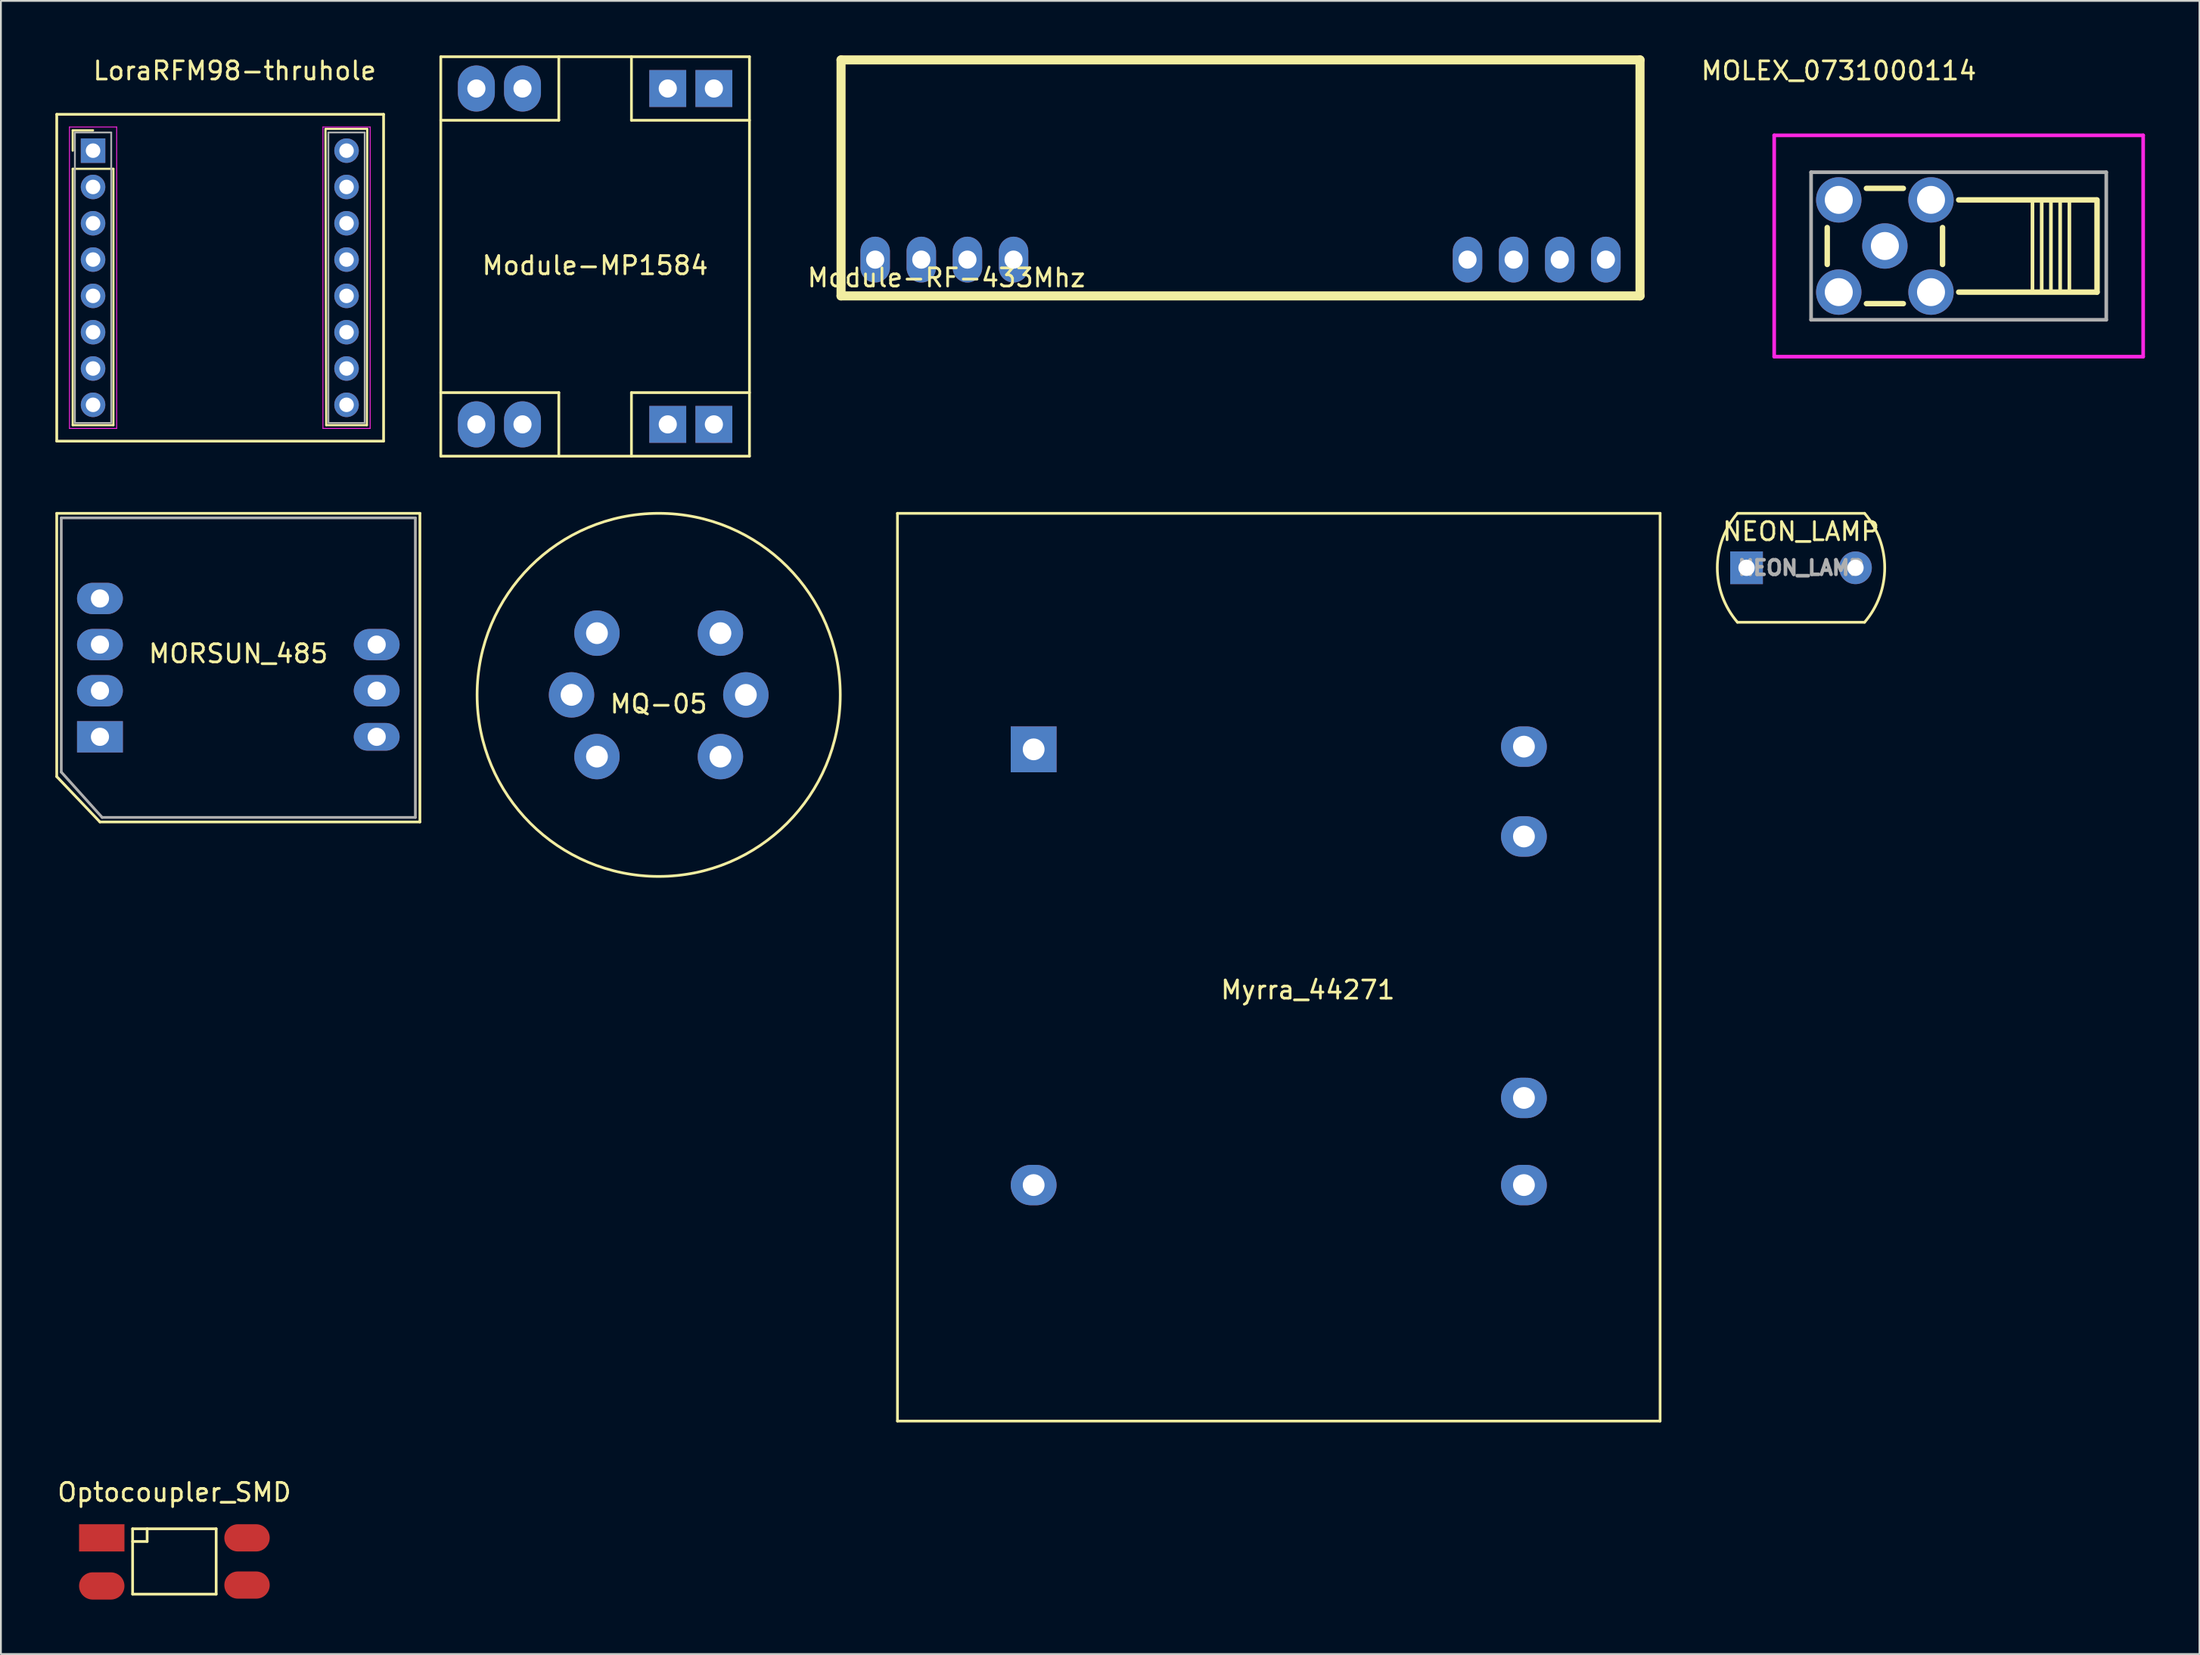
<source format=kicad_pcb>
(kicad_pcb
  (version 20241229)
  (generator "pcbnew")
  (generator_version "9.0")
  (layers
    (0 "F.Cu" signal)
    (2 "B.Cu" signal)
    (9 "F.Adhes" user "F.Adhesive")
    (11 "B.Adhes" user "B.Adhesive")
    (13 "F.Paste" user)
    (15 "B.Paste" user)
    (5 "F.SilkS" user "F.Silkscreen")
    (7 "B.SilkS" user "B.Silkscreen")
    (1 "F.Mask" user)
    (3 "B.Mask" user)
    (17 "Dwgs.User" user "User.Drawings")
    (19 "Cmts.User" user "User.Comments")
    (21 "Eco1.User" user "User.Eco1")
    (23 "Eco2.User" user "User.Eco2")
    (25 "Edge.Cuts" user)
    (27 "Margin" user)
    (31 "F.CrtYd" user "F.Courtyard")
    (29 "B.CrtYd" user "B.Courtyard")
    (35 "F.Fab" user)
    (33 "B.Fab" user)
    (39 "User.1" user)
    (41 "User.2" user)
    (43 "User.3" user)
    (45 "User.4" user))
  (footprint "Myrra_44271"
    (layer "F.Cu")
    (at 53.875 50.225)
    (property "Reference" "Myrra_44271" (at 15.1 1.25 0) (layer "F.SilkS") (effects (font (size 1 1) (thickness 0.15))))
    (attr through_hole)
    (fp_line (start -7.5 -25) (end -7.5 25) (stroke (width 0.15) (type solid)) (layer "F.SilkS"))
    (fp_line (start -7.5 -25) (end 34.5 -25) (stroke (width 0.15) (type solid)) (layer "F.SilkS"))
    (fp_line (start -7.5 25) (end 34.5 25) (stroke (width 0.15) (type solid)) (layer "F.SilkS"))
    (fp_line (start 34.5 -25) (end 34.5 25) (stroke (width 0.15) (type solid)) (layer "F.SilkS"))
    (pad "1" thru_hole rect (at 0 -12) (size 2.524 2.524) (drill 1.2) (layers "*.Cu" "*.Mask"))
    (pad "6" thru_hole oval (at 0 12) (size 2.524 2.224) (drill 1.2) (layers "*.Cu" "*.Mask"))
    (pad "7" thru_hole oval (at 27 12) (size 2.524 2.224) (drill 1.2) (layers "*.Cu" "*.Mask"))
    (pad "8" thru_hole oval (at 27 7.2) (size 2.524 2.224) (drill 1.2) (layers "*.Cu" "*.Mask"))
    (pad "11" thru_hole oval (at 27 -7.2) (size 2.524 2.224) (drill 1.2) (layers "*.Cu" "*.Mask"))
    (pad "12" thru_hole oval (at 27 -12.15) (size 2.524 2.224) (drill 1.2) (layers "*.Cu" "*.Mask")))
  (footprint "LoraRFM98-thruhole"
    (layer "F.Cu")
    (at 2.075 5.248)
    (property "Reference" "LoraRFM98-thruhole" (at 7.8 -4.4 0) (layer "F.SilkS") (effects (font (size 1 1) (thickness 0.15))))
    (attr through_hole)
    (fp_line (start -2 -2) (end 16 -2) (stroke (width 0.15) (type solid)) (layer "F.SilkS"))
    (fp_line (start -2 16) (end -2 -2) (stroke (width 0.15) (type solid)) (layer "F.SilkS"))
    (fp_line (start -1.12 -1.12) (end 0 -1.12) (stroke (width 0.12) (type solid)) (layer "F.SilkS"))
    (fp_line (start -1.12 0) (end -1.12 -1.12) (stroke (width 0.12) (type solid)) (layer "F.SilkS"))
    (fp_line (start -1.12 1) (end -1.12 15.12) (stroke (width 0.12) (type solid)) (layer "F.SilkS"))
    (fp_line (start -1.12 15.12) (end 1.12 15.12) (stroke (width 0.12) (type solid)) (layer "F.SilkS"))
    (fp_line (start 1.12 1) (end -1.12 1) (stroke (width 0.12) (type solid)) (layer "F.SilkS"))
    (fp_line (start 1.12 15.12) (end 1.12 1) (stroke (width 0.12) (type solid)) (layer "F.SilkS"))
    (fp_line (start 12.8 -1.2) (end 12.84 15.12) (stroke (width 0.12) (type solid)) (layer "F.SilkS"))
    (fp_line (start 12.84 15.12) (end 15.08 15.12) (stroke (width 0.12) (type solid)) (layer "F.SilkS"))
    (fp_line (start 15.08 -1.2) (end 12.84 -1.2) (stroke (width 0.12) (type solid)) (layer "F.SilkS"))
    (fp_line (start 15.08 15.12) (end 15.1 -1.2) (stroke (width 0.12) (type solid)) (layer "F.SilkS"))
    (fp_line (start 16 -2) (end 16 16) (stroke (width 0.15) (type solid)) (layer "F.SilkS"))
    (fp_line (start 16 16) (end -2 16) (stroke (width 0.15) (type solid)) (layer "F.SilkS"))
    (fp_line (start -1.3 -1.3) (end -1.3 15.3) (stroke (width 0.05) (type solid)) (layer "F.CrtYd"))
    (fp_line (start -1.3 15.3) (end 1.3 15.3) (stroke (width 0.05) (type solid)) (layer "F.CrtYd"))
    (fp_line (start 1.3 -1.3) (end -1.3 -1.3) (stroke (width 0.05) (type solid)) (layer "F.CrtYd"))
    (fp_line (start 1.3 15.3) (end 1.3 -1.3) (stroke (width 0.05) (type solid)) (layer "F.CrtYd"))
    (fp_line (start 12.66 -1.3) (end 12.66 15.3) (stroke (width 0.05) (type solid)) (layer "F.CrtYd"))
    (fp_line (start 12.66 15.3) (end 15.26 15.3) (stroke (width 0.05) (type solid)) (layer "F.CrtYd"))
    (fp_line (start 15.26 -1.3) (end 12.66 -1.3) (stroke (width 0.05) (type solid)) (layer "F.CrtYd"))
    (fp_line (start 15.26 15.3) (end 15.26 -1.3) (stroke (width 0.05) (type solid)) (layer "F.CrtYd"))
    (fp_line (start -1 -1) (end -1 15) (stroke (width 0.1) (type solid)) (layer "F.Fab"))
    (fp_line (start -1 15) (end 1 15) (stroke (width 0.1) (type solid)) (layer "F.Fab"))
    (fp_line (start 1 -1) (end -1 -1) (stroke (width 0.1) (type solid)) (layer "F.Fab"))
    (fp_line (start 1 15) (end 1 -1) (stroke (width 0.1) (type solid)) (layer "F.Fab"))
    (fp_line (start 12.96 -1) (end 12.96 15) (stroke (width 0.1) (type solid)) (layer "F.Fab"))
    (fp_line (start 12.96 15) (end 14.96 15) (stroke (width 0.1) (type solid)) (layer "F.Fab"))
    (fp_line (start 14.96 -1) (end 12.96 -1) (stroke (width 0.1) (type solid)) (layer "F.Fab"))
    (fp_line (start 14.96 15) (end 14.96 -1) (stroke (width 0.1) (type solid)) (layer "F.Fab"))
    (pad "1" thru_hole rect (at 0 0) (size 1.35 1.35) (drill 0.8) (layers "*.Cu" "*.Mask"))
    (pad "2" thru_hole oval (at 0 2) (size 1.35 1.35) (drill 0.8) (layers "*.Cu" "*.Mask"))
    (pad "3" thru_hole oval (at 0 4) (size 1.35 1.35) (drill 0.8) (layers "*.Cu" "*.Mask"))
    (pad "4" thru_hole oval (at 0 6) (size 1.35 1.35) (drill 0.8) (layers "*.Cu" "*.Mask"))
    (pad "5" thru_hole oval (at 0 8) (size 1.35 1.35) (drill 0.8) (layers "*.Cu" "*.Mask"))
    (pad "6" thru_hole oval (at 0 10) (size 1.35 1.35) (drill 0.8) (layers "*.Cu" "*.Mask"))
    (pad "7" thru_hole oval (at 0 12) (size 1.35 1.35) (drill 0.8) (layers "*.Cu" "*.Mask"))
    (pad "8" thru_hole oval (at 0 14) (size 1.35 1.35) (drill 0.8) (layers "*.Cu" "*.Mask"))
    (pad "9" thru_hole oval (at 13.96 14) (size 1.35 1.35) (drill 0.8) (layers "*.Cu" "*.Mask"))
    (pad "10" thru_hole oval (at 13.96 12) (size 1.35 1.35) (drill 0.8) (layers "*.Cu" "*.Mask"))
    (pad "11" thru_hole oval (at 13.96 10) (size 1.35 1.35) (drill 0.8) (layers "*.Cu" "*.Mask"))
    (pad "12" thru_hole oval (at 13.96 8) (size 1.35 1.35) (drill 0.8) (layers "*.Cu" "*.Mask"))
    (pad "13" thru_hole oval (at 13.96 6) (size 1.35 1.35) (drill 0.8) (layers "*.Cu" "*.Mask"))
    (pad "14" thru_hole oval (at 13.96 4) (size 1.35 1.35) (drill 0.8) (layers "*.Cu" "*.Mask"))
    (pad "15" thru_hole oval (at 13.96 2) (size 1.35 1.35) (drill 0.8) (layers "*.Cu" "*.Mask"))
    (pad "16" thru_hole circle (at 13.96 0) (size 1.35 1.35) (drill 0.8) (layers "*.Cu" "*.Mask")))
  (footprint "NEON_LAMP"
    (layer "F.Cu")
    (at 96.135 28.225)
    (property "Reference" "NEON_LAMP" (at 0 -2 0) (layer "F.SilkS") (effects (font (size 1 1) (thickness 0.15))))
    (attr through_hole)
    (fp_line (start -3.5 -3) (end 3.5 -3) (stroke (width 0.15) (type solid)) (layer "F.SilkS"))
    (fp_line (start -3.5 3) (end 3.5 3) (stroke (width 0.15) (type solid)) (layer "F.SilkS"))
    (fp_arc (start -3.5 3) (mid -4.609772 0) (end -3.5 -3) (stroke (width 0.15) (type solid)) (layer "F.SilkS"))
    (fp_arc (start 3.5 -3) (mid 4.609772 0) (end 3.5 3) (stroke (width 0.15) (type solid)) (layer "F.SilkS"))
    (fp_text user "${REFERENCE}" (at 0 0 0) (layer "F.Fab") (effects (font (size 0.8 0.8) (thickness 0.2))))
    (pad "1" thru_hole rect (at -3 0) (size 1.8 1.8) (drill 0.9) (layers "*.Cu" "*.Mask"))
    (pad "2" thru_hole circle (at 3 0) (size 1.8 1.8) (drill 0.9) (layers "*.Cu" "*.Mask")))
  (footprint "Module-RF-433Mhz"
    (layer "F.Cu")
    (at 65.268 11.25)
    (property "Reference" "Module-RF-433Mhz" (at -16.2 1 0) (layer "F.SilkS") (effects (font (size 1 1) (thickness 0.15))))
    (attr through_hole)
    (fp_line (start -22 -11) (end 22 -11) (stroke (width 0.5) (type solid)) (layer "F.SilkS"))
    (fp_line (start -22 2) (end -22 -11) (stroke (width 0.5) (type solid)) (layer "F.SilkS"))
    (fp_line (start -22 2) (end 22 2) (stroke (width 0.5) (type solid)) (layer "F.SilkS"))
    (fp_line (start 22 -11) (end 22 2) (stroke (width 0.5) (type solid)) (layer "F.SilkS"))
    (pad "1" thru_hole oval (at -20.12 0) (size 1.624 2.524) (drill 1) (layers "*.Cu" "*.Mask"))
    (pad "2" thru_hole oval (at -17.58 0) (size 1.624 2.524) (drill 1) (layers "*.Cu" "*.Mask"))
    (pad "3" thru_hole oval (at -15.04 0) (size 1.624 2.524) (drill 1) (layers "*.Cu" "*.Mask"))
    (pad "4" thru_hole oval (at -12.5 0) (size 1.624 2.524) (drill 1) (layers "*.Cu" "*.Mask"))
    (pad "5" thru_hole oval (at 12.5 0) (size 1.624 2.524) (drill 1) (layers "*.Cu" "*.Mask"))
    (pad "6" thru_hole oval (at 15.04 0) (size 1.624 2.524) (drill 1) (layers "*.Cu" "*.Mask"))
    (pad "7" thru_hole oval (at 17.58 0) (size 1.624 2.524) (drill 1) (layers "*.Cu" "*.Mask"))
    (pad "8" thru_hole oval (at 20.12 0) (size 1.624 2.524) (drill 1) (layers "*.Cu" "*.Mask")))
  (footprint "Module-MP1584"
    (layer "F.Cu")
    (at 29.725 11.075)
    (property "Reference" "Module-MP1584" (at 0 0.5 0) (layer "F.SilkS") (effects (font (size 1 1) (thickness 0.15))))
    (attr through_hole)
    (fp_line (start -8.5 -11) (end -8.5 11) (stroke (width 0.15) (type solid)) (layer "F.SilkS"))
    (fp_line (start -8.5 -11) (end 8.5 -11) (stroke (width 0.15) (type solid)) (layer "F.SilkS"))
    (fp_line (start -8.5 -7.5) (end -2 -7.5) (stroke (width 0.15) (type solid)) (layer "F.SilkS"))
    (fp_line (start -8.5 7.5) (end -2 7.5) (stroke (width 0.15) (type solid)) (layer "F.SilkS"))
    (fp_line (start -8.5 11) (end 8.5 11) (stroke (width 0.15) (type solid)) (layer "F.SilkS"))
    (fp_line (start -2 -7.5) (end -2 -11) (stroke (width 0.15) (type solid)) (layer "F.SilkS"))
    (fp_line (start -2 7.5) (end -2 11) (stroke (width 0.15) (type solid)) (layer "F.SilkS"))
    (fp_line (start 2 -11) (end 2 -7.5) (stroke (width 0.15) (type solid)) (layer "F.SilkS"))
    (fp_line (start 2 -7.5) (end 8.5 -7.5) (stroke (width 0.15) (type solid)) (layer "F.SilkS"))
    (fp_line (start 2 7.5) (end 8.5 7.5) (stroke (width 0.15) (type solid)) (layer "F.SilkS"))
    (fp_line (start 2 11) (end 2 7.5) (stroke (width 0.15) (type solid)) (layer "F.SilkS"))
    (fp_line (start 8.5 -11) (end 8.5 11) (stroke (width 0.15) (type solid)) (layer "F.SilkS"))
    (pad "1" thru_hole rect (at 6.54 9.25) (size 2.032 2.032) (drill 1) (layers "*.Cu" "*.Mask"))
    (pad "2" thru_hole rect (at 4 9.25) (size 2.032 2.032) (drill 1) (layers "*.Cu" "*.Mask"))
    (pad "3" thru_hole oval (at -4 9.25) (size 2.032 2.54) (drill 1) (layers "*.Cu" "*.Mask"))
    (pad "4" thru_hole oval (at -6.54 9.25) (size 2.032 2.54) (drill 1) (layers "*.Cu" "*.Mask"))
    (pad "5" thru_hole oval (at -6.54 -9.25) (size 2.032 2.54) (drill 1) (layers "*.Cu" "*.Mask"))
    (pad "6" thru_hole oval (at -4 -9.25) (size 2.032 2.54) (drill 1) (layers "*.Cu" "*.Mask"))
    (pad "7" thru_hole rect (at 4 -9.25) (size 2.032 2.032) (drill 1) (layers "*.Cu" "*.Mask"))
    (pad "8" thru_hole rect (at 6.54 -9.25) (size 2.032 2.032) (drill 1) (layers "*.Cu" "*.Mask")))
  (footprint "MORSUN_485"
    (layer "F.Cu")
    (at 10.075 33.725)
    (property "Reference" "MORSUN_485" (at 0 -0.77 0) (layer "F.SilkS") (effects (font (size 1 1) (thickness 0.15))))
    (attr through_hole)
    (fp_line (start -10 -8.5) (end 10 -8.5) (stroke (width 0.15) (type solid)) (layer "F.SilkS"))
    (fp_line (start -10 6) (end -10 -8.5) (stroke (width 0.15) (type solid)) (layer "F.SilkS"))
    (fp_line (start -10 6) (end -7.62 8.5) (stroke (width 0.15) (type solid)) (layer "F.SilkS"))
    (fp_line (start -7.62 8.5) (end 10 8.5) (stroke (width 0.15) (type solid)) (layer "F.SilkS"))
    (fp_line (start 10 8.5) (end 10 -8.5) (stroke (width 0.15) (type solid)) (layer "F.SilkS"))
    (fp_line (start -9.75 -8.25) (end 9.75 -8.25) (stroke (width 0.15) (type solid)) (layer "F.Fab"))
    (fp_line (start -9.75 5.75) (end -9.75 -8.25) (stroke (width 0.15) (type solid)) (layer "F.Fab"))
    (fp_line (start -7.5 8.25) (end -9.75 5.75) (stroke (width 0.15) (type solid)) (layer "F.Fab"))
    (fp_line (start 9.75 -8.25) (end 9.75 8.25) (stroke (width 0.15) (type solid)) (layer "F.Fab"))
    (fp_line (start 9.75 8.25) (end -7.5 8.25) (stroke (width 0.15) (type solid)) (layer "F.Fab"))
    (pad "1" thru_hole rect (at -7.62 3.81) (size 2.524 1.724) (drill 1) (layers "*.Cu" "*.Mask"))
    (pad "2" thru_hole oval (at -7.62 1.27) (size 2.524 1.724) (drill 1) (layers "*.Cu" "*.Mask"))
    (pad "3" thru_hole oval (at -7.62 -1.27) (size 2.524 1.724) (drill 1) (layers "*.Cu" "*.Mask"))
    (pad "4" thru_hole oval (at -7.62 -3.81) (size 2.524 1.724) (drill 1) (layers "*.Cu" "*.Mask"))
    (pad "8" thru_hole oval (at 7.62 -1.27) (size 2.524 1.724) (drill 1) (layers "*.Cu" "*.Mask"))
    (pad "9" thru_hole oval (at 7.62 1.27) (size 2.524 1.724) (drill 1) (layers "*.Cu" "*.Mask"))
    (pad "10" thru_hole oval (at 7.62 3.81) (size 2.524 1.524) (drill 1) (layers "*.Cu" "*.Mask")))
  (footprint "MOLEX_0731000114"
    (layer "F.Cu")
    (at 100.754 10.5)
    (property "Reference" "MOLEX_0731000114" (at -2.54 -9.652 0) (layer "F.SilkS") (effects (font (size 1 1) (thickness 0.15))))
    (attr through_hole)
    (fp_line (start -3.175 -1.016) (end -3.175 1.016) (stroke (width 0.3) (type solid)) (layer "F.SilkS"))
    (fp_line (start -1.016 -3.175) (end 1.016 -3.175) (stroke (width 0.3) (type solid)) (layer "F.SilkS"))
    (fp_line (start 1.016 3.175) (end -1.016 3.175) (stroke (width 0.3) (type solid)) (layer "F.SilkS"))
    (fp_line (start 3.175 -1.016) (end 3.175 1.016) (stroke (width 0.3) (type solid)) (layer "F.SilkS"))
    (fp_line (start 4.064 -2.54) (end 11.625 -2.54) (stroke (width 0.3) (type solid)) (layer "F.SilkS"))
    (fp_line (start 8.128 -2.54) (end 8.128 2.54) (stroke (width 0.2) (type solid)) (layer "F.SilkS"))
    (fp_line (start 8.636 -2.54) (end 8.636 2.54) (stroke (width 0.2) (type solid)) (layer "F.SilkS"))
    (fp_line (start 9.144 -2.54) (end 9.144 2.54) (stroke (width 0.2) (type solid)) (layer "F.SilkS"))
    (fp_line (start 9.652 -2.54) (end 9.652 2.54) (stroke (width 0.2) (type solid)) (layer "F.SilkS"))
    (fp_line (start 10.16 -2.54) (end 10.16 2.54) (stroke (width 0.2) (type solid)) (layer "F.SilkS"))
    (fp_line (start 11.684 -2.54) (end 11.684 2.54) (stroke (width 0.3) (type solid)) (layer "F.SilkS"))
    (fp_line (start 11.684 2.54) (end 4.064 2.54) (stroke (width 0.3) (type solid)) (layer "F.SilkS"))
    (fp_line (start -6.096 -6.096) (end 14.224 -6.096) (stroke (width 0.2) (type solid)) (layer "F.CrtYd"))
    (fp_line (start -6.096 6.096) (end -6.096 -6.096) (stroke (width 0.2) (type solid)) (layer "F.CrtYd"))
    (fp_line (start 14.224 -6.096) (end 14.224 6.096) (stroke (width 0.2) (type solid)) (layer "F.CrtYd"))
    (fp_line (start 14.224 6.096) (end -6.096 6.096) (stroke (width 0.2) (type solid)) (layer "F.CrtYd"))
    (fp_line (start -4.064 -4.064) (end 12.192 -4.064) (stroke (width 0.2) (type solid)) (layer "F.Fab"))
    (fp_line (start -4.064 4.064) (end -4.064 -4.064) (stroke (width 0.2) (type solid)) (layer "F.Fab"))
    (fp_line (start 12.192 -4.064) (end 12.192 4.064) (stroke (width 0.2) (type solid)) (layer "F.Fab"))
    (fp_line (start 12.192 4.064) (end -4.064 4.064) (stroke (width 0.2) (type solid)) (layer "F.Fab"))
    (pad "1" thru_hole circle (at 0 0) (size 2.5 2.5) (drill 1.54) (layers "*.Cu" "*.Mask"))
    (pad "2" thru_hole circle (at -2.54 2.54) (size 2.5 2.5) (drill 1.54) (layers "*.Cu" "*.Mask"))
    (pad "3" thru_hole circle (at 2.54 2.54) (size 2.5 2.5) (drill 1.54) (layers "*.Cu" "*.Mask"))
    (pad "4" thru_hole circle (at 2.54 -2.54) (size 2.5 2.5) (drill 1.54) (layers "*.Cu" "*.Mask"))
    (pad "5" thru_hole circle (at -2.54 -2.54) (size 2.5 2.5) (drill 1.54) (layers "*.Cu" "*.Mask")))
  (footprint "MQ-05"
    (layer "F.Cu")
    (at 33.225 35.225)
    (property "Reference" "MQ-05" (at 0 0.5 0) (layer "F.SilkS") (effects (font (size 1 1) (thickness 0.15))))
    (attr through_hole)
    (fp_circle (center 0 0) (end -10 0) (stroke (width 0.15) (type solid)) (fill no) (layer "F.SilkS"))
    (pad "1" thru_hole circle (at -3.4 -3.4) (size 2.5 2.5) (drill 1.2) (layers "*.Cu" "*.Mask"))
    (pad "2" thru_hole circle (at -4.8 0) (size 2.5 2.5) (drill 1.2) (layers "*.Cu" "*.Mask"))
    (pad "3" thru_hole circle (at -3.4 3.4) (size 2.5 2.5) (drill 1.2) (layers "*.Cu" "*.Mask"))
    (pad "4" thru_hole circle (at 3.4 3.4) (size 2.5 2.5) (drill 1.2) (layers "*.Cu" "*.Mask"))
    (pad "5" thru_hole circle (at 4.8 0) (size 2.5 2.5) (drill 1.2) (layers "*.Cu" "*.Mask"))
    (pad "6" thru_hole circle (at 3.4 -3.4) (size 2.5 2.5) (drill 1.2) (layers "*.Cu" "*.Mask")))
  (footprint "Optocoupler_SMD"
    (layer "F.Cu")
    (at 6.554 82.958)
    (property "Reference" "Optocoupler_SMD" (at 0 -3.81 0) (layer "F.SilkS") (effects (font (size 1 1) (thickness 0.15))))
    (attr through_hole)
    (fp_line (start -2.301 -1.801) (end -2.301 1.801) (stroke (width 0.15) (type solid)) (layer "F.SilkS"))
    (fp_line (start -2.301 1.801) (end 2.301 1.801) (stroke (width 0.15) (type solid)) (layer "F.SilkS"))
    (fp_line (start -1.501 -1.801) (end -1.501 -1.1) (stroke (width 0.15) (type solid)) (layer "F.SilkS"))
    (fp_line (start -1.501 -1.1) (end -2.301 -1.1) (stroke (width 0.15) (type solid)) (layer "F.SilkS"))
    (fp_line (start 2.301 -1.801) (end -2.301 -1.801) (stroke (width 0.15) (type solid)) (layer "F.SilkS"))
    (fp_line (start 2.301 1.801) (end 2.301 -1.801) (stroke (width 0.15) (type solid)) (layer "F.SilkS"))
    (pad "1" smd rect (at -4 -1.3) (size 2.5 1.5) (layers "F.Cu" "F.Mask" "F.Paste"))
    (pad "2" smd oval (at -4 1.349) (size 2.5 1.5) (layers "F.Cu" "F.Mask" "F.Paste"))
    (pad "3" smd oval (at 4 1.3) (size 2.5 1.5) (layers "F.Cu" "F.Mask" "F.Paste"))
    (pad "4" smd oval (at 4 -1.3) (size 2.5 1.5) (layers "F.Cu" "F.Mask" "F.Paste")))
  (gr_rect
    (start -3 -3)
    (end 118.078 88.057)
    (stroke (width 0.1) (type default))
    (fill no)
    (layer "Edge.Cuts")))
</source>
